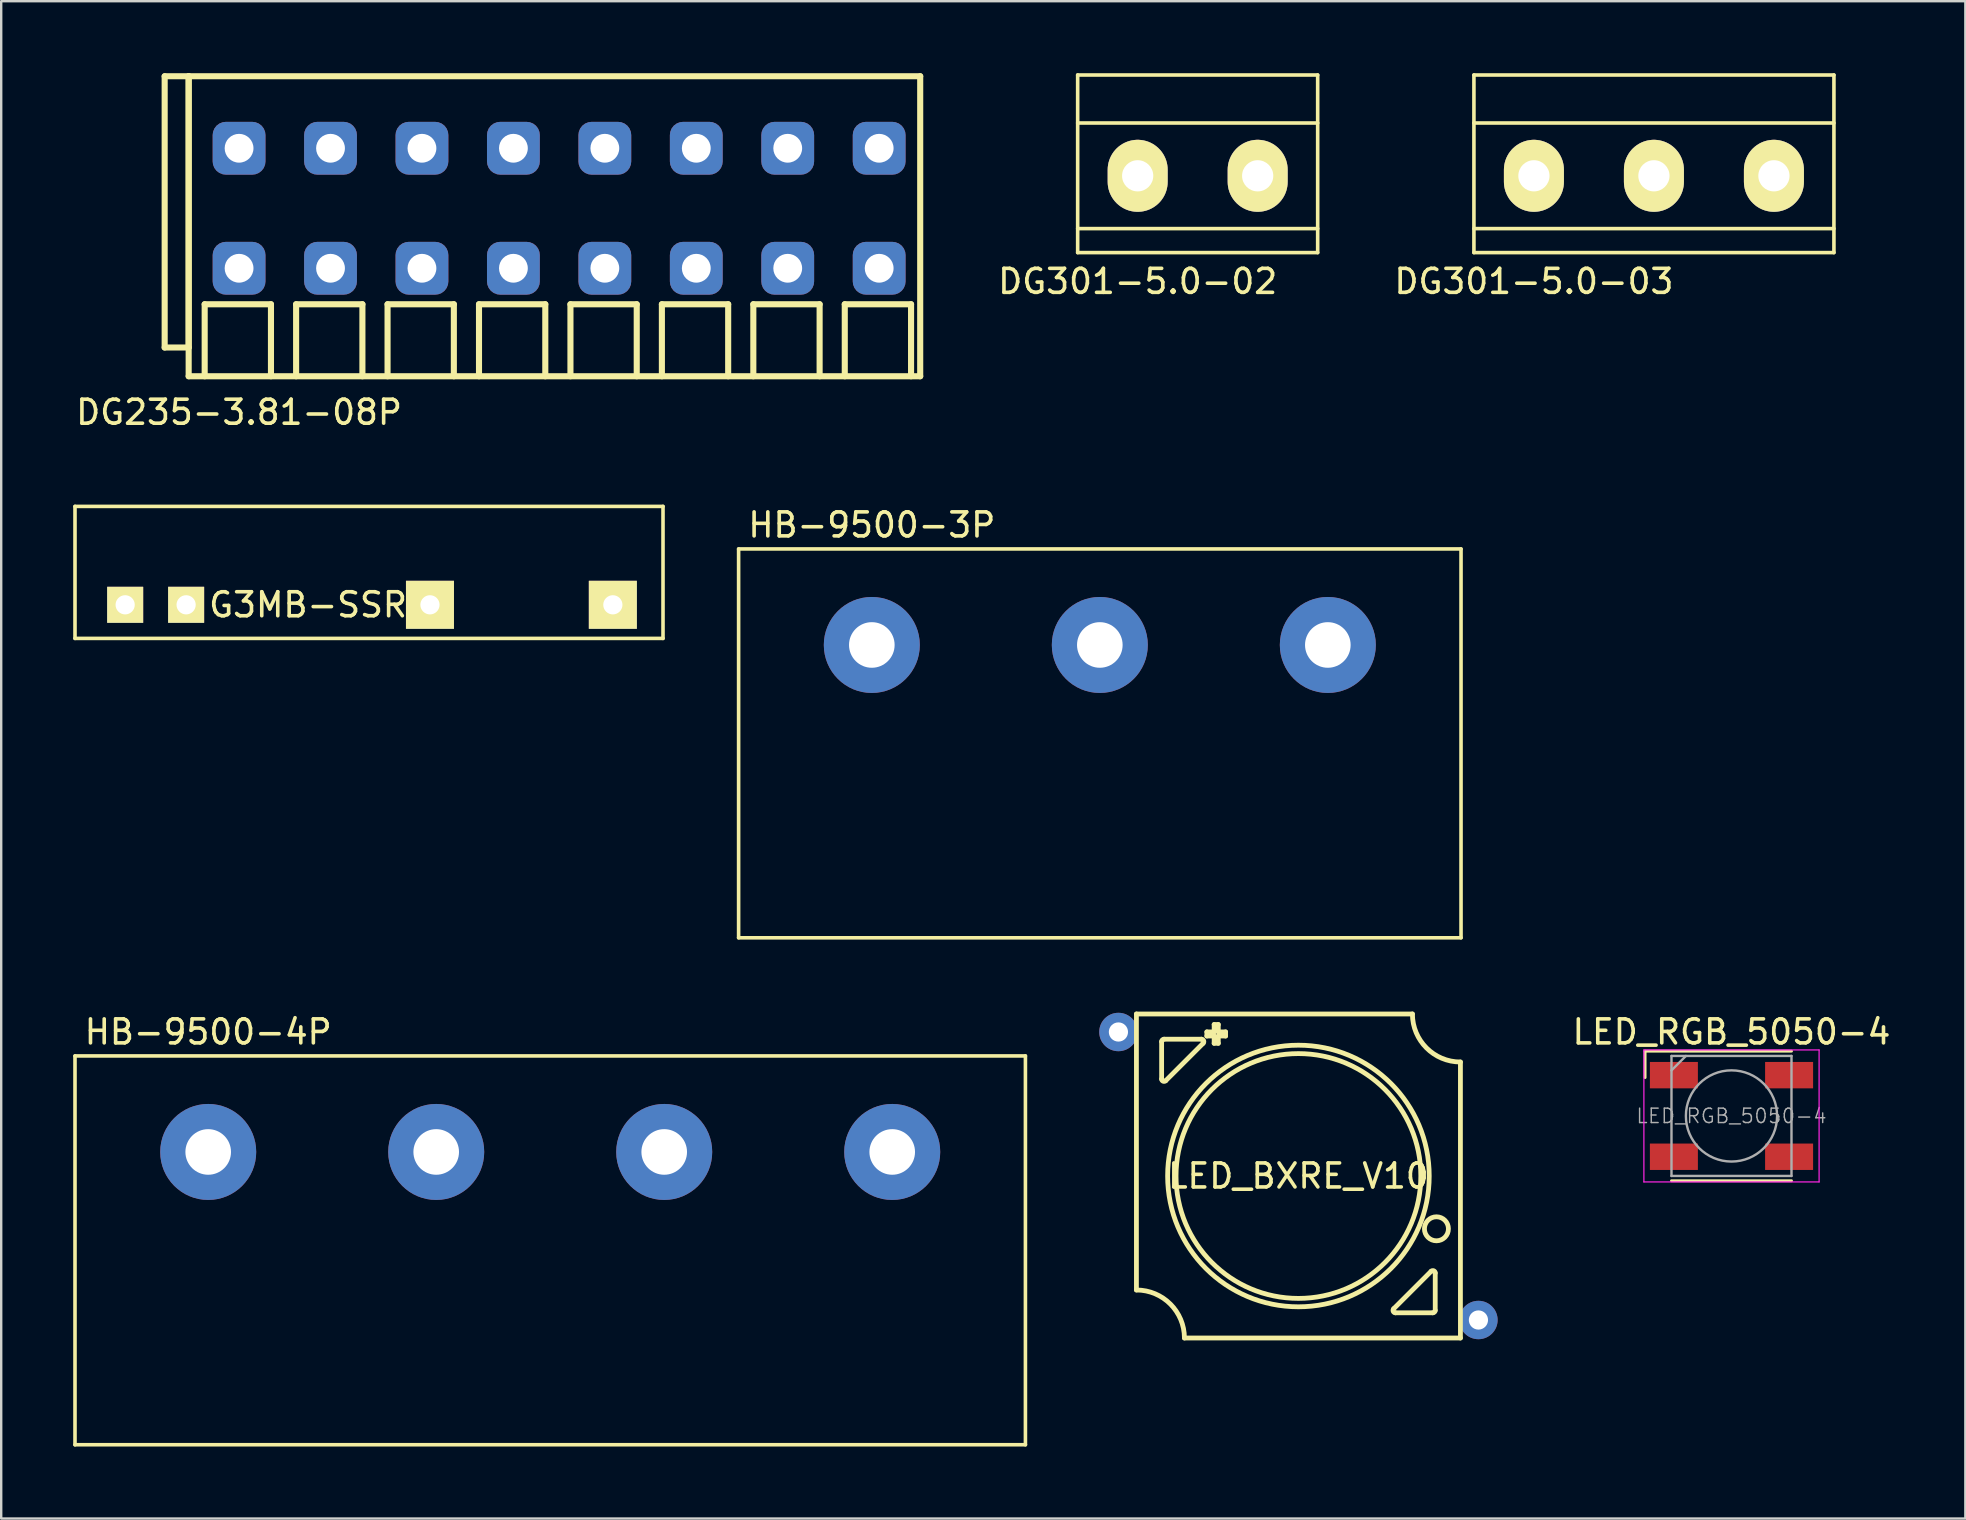
<source format=kicad_pcb>
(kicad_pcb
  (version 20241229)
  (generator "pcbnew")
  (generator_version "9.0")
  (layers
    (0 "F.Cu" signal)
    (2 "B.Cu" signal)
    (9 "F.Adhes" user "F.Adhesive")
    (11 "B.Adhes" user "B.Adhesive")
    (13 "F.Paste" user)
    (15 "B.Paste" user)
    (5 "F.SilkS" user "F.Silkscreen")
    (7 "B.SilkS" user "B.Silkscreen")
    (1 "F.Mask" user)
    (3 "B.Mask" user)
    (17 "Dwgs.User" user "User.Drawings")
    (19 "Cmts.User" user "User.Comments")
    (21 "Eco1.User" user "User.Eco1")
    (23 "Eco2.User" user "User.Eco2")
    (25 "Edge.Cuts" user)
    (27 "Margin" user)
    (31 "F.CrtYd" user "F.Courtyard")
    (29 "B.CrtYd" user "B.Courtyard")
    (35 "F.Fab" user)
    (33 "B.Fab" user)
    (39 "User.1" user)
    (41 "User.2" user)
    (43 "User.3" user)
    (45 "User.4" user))
  (footprint "LED_BXRE_V10"
    (layer "F.Cu")
    (at 51.05 45.949)
    (property "Reference" "LED_BXRE_V10" (at 0 0 0) (layer "F.SilkS") (effects (font (size 1 1) (thickness 0.15))))
    (attr through_hole)
    (fp_line (start -6.75 4.75) (end -6.75 -6.75) (stroke (width 0.2) (type solid)) (layer "F.SilkS"))
    (fp_line (start -5.7 -5.6) (end -5.7 -4.041) (stroke (width 0.2) (type solid)) (layer "F.SilkS"))
    (fp_line (start -5.529 -3.971) (end -3.971 -5.529) (stroke (width 0.2) (type solid)) (layer "F.SilkS"))
    (fp_line (start -4.041 -5.7) (end -5.6 -5.7) (stroke (width 0.2) (type solid)) (layer "F.SilkS"))
    (fp_line (start -3.815 -6.004) (end -3.815 -5.832) (stroke (width 0.2) (type solid)) (layer "F.SilkS"))
    (fp_line (start -3.815 -5.832) (end -3.511 -5.832) (stroke (width 0.2) (type solid)) (layer "F.SilkS"))
    (fp_line (start -3.511 -6.311) (end -3.511 -6.004) (stroke (width 0.2) (type solid)) (layer "F.SilkS"))
    (fp_line (start -3.511 -6.004) (end -3.815 -6.004) (stroke (width 0.2) (type solid)) (layer "F.SilkS"))
    (fp_line (start -3.511 -5.832) (end -3.511 -5.529) (stroke (width 0.2) (type solid)) (layer "F.SilkS"))
    (fp_line (start -3.511 -5.529) (end -3.339 -5.529) (stroke (width 0.2) (type solid)) (layer "F.SilkS"))
    (fp_line (start -3.339 -6.311) (end -3.511 -6.311) (stroke (width 0.2) (type solid)) (layer "F.SilkS"))
    (fp_line (start -3.339 -6.004) (end -3.339 -6.311) (stroke (width 0.2) (type solid)) (layer "F.SilkS"))
    (fp_line (start -3.339 -5.832) (end -3.035 -5.832) (stroke (width 0.2) (type solid)) (layer "F.SilkS"))
    (fp_line (start -3.339 -5.529) (end -3.339 -5.832) (stroke (width 0.2) (type solid)) (layer "F.SilkS"))
    (fp_line (start -3.035 -6.004) (end -3.339 -6.004) (stroke (width 0.2) (type solid)) (layer "F.SilkS"))
    (fp_line (start -3.035 -5.832) (end -3.035 -6.004) (stroke (width 0.2) (type solid)) (layer "F.SilkS"))
    (fp_line (start 4.041 5.7) (end 5.6 5.7) (stroke (width 0.2) (type solid)) (layer "F.SilkS"))
    (fp_line (start 4.75 -6.75) (end -6.75 -6.75) (stroke (width 0.2) (type solid)) (layer "F.SilkS"))
    (fp_line (start 5.529 3.971) (end 3.971 5.529) (stroke (width 0.2) (type solid)) (layer "F.SilkS"))
    (fp_line (start 5.7 5.6) (end 5.7 4.041) (stroke (width 0.2) (type solid)) (layer "F.SilkS"))
    (fp_line (start 6.75 6.75) (end -4.75 6.75) (stroke (width 0.2) (type solid)) (layer "F.SilkS"))
    (fp_line (start 6.75 6.75) (end 6.75 -4.75) (stroke (width 0.2) (type solid)) (layer "F.SilkS"))
    (fp_arc (start -6.75 4.75) (mid -5.335786 5.335786) (end -4.75 6.75) (stroke (width 0.2) (type solid)) (layer "F.SilkS"))
    (fp_arc (start -5.7 -5.6) (mid -5.670711 -5.670711) (end -5.6 -5.7) (stroke (width 0.2) (type solid)) (layer "F.SilkS"))
    (fp_arc (start -5.529289 -3.97071) (mid -5.638269 -3.949033) (end -5.7 -4.041421) (stroke (width 0.2) (type solid)) (layer "F.SilkS"))
    (fp_arc (start -4.04142 -5.7) (mid -3.949033 -5.638268) (end -3.970711 -5.529289) (stroke (width 0.2) (type solid)) (layer "F.SilkS"))
    (fp_arc (start 4.04142 5.7) (mid 3.949033 5.638268) (end 3.970711 5.529289) (stroke (width 0.2) (type solid)) (layer "F.SilkS"))
    (fp_arc (start 5.529289 3.97071) (mid 5.638269 3.949033) (end 5.7 4.041421) (stroke (width 0.2) (type solid)) (layer "F.SilkS"))
    (fp_arc (start 5.7 5.6) (mid 5.670711 5.670711) (end 5.6 5.7) (stroke (width 0.2) (type solid)) (layer "F.SilkS"))
    (fp_arc (start 6.75 -4.75) (mid 5.335786 -5.335786) (end 4.75 -6.75) (stroke (width 0.2) (type solid)) (layer "F.SilkS"))
    (fp_circle (center 0 0) (end 5.1 0) (stroke (width 0.2) (type solid)) (fill no) (layer "F.SilkS"))
    (fp_circle (center 0 0) (end 5.45 0) (stroke (width 0.2) (type solid)) (fill no) (layer "F.SilkS"))
    (fp_circle (center 5.75 2.2) (end 6.25 2.2) (stroke (width 0.2) (type solid)) (fill no) (layer "F.SilkS"))
    (pad "1" thru_hole circle (at 7.5 6) (size 1.6 1.6) (drill 0.8) (layers "*.Cu" "*.Mask"))
    (pad "2" thru_hole circle (at -7.5 -6) (size 1.6 1.6) (drill 0.8) (layers "*.Cu" "*.Mask")))
  (footprint "DG301-5.0-03"
    (layer "F.Cu")
    (at 60.862 4.275)
    (property "Reference" "DG301-5.0-03" (at 0 4.4 0) (layer "F.SilkS") (effects (font (size 1 1) (thickness 0.15))))
    (attr through_hole)
    (fp_line (start -2.5 -4.2) (end 12.5 -4.2) (stroke (width 0.15) (type solid)) (layer "F.SilkS"))
    (fp_line (start -2.5 -2.2) (end 12.5 -2.2) (stroke (width 0.15) (type solid)) (layer "F.SilkS"))
    (fp_line (start -2.5 2.2) (end 12.5 2.2) (stroke (width 0.15) (type solid)) (layer "F.SilkS"))
    (fp_line (start -2.5 3.2) (end -2.5 -4.2) (stroke (width 0.15) (type solid)) (layer "F.SilkS"))
    (fp_line (start 12.5 -4.2) (end 12.5 3.2) (stroke (width 0.15) (type solid)) (layer "F.SilkS"))
    (fp_line (start 12.5 3.2) (end -2.5 3.2) (stroke (width 0.15) (type solid)) (layer "F.SilkS"))
    (pad "1" thru_hole oval (at 0 0) (size 2.5 3) (drill 1.3) (layers "*.Cu" "*.Mask" "F.SilkS"))
    (pad "2" thru_hole oval (at 5 0) (size 2.5 3) (drill 1.3) (layers "*.Cu" "*.Mask" "F.SilkS"))
    (pad "3" thru_hole oval (at 10 0) (size 2.5 3) (drill 1.3) (layers "*.Cu" "*.Mask" "F.SilkS")))
  (footprint "HB-9500-3P"
    (layer "F.Cu")
    (at 33.275 23.823)
    (property "Reference" "HB-9500-3P" (at 0 -5 0) (layer "F.SilkS") (effects (font (size 1 1) (thickness 0.15))))
    (attr through_hole)
    (fp_line (start -5.55 -4) (end -5.55 12.2) (stroke (width 0.15) (type solid)) (layer "F.SilkS"))
    (fp_line (start -5.55 -4) (end 24.55 -4) (stroke (width 0.15) (type solid)) (layer "F.SilkS"))
    (fp_line (start -5.55 12.2) (end 24.55 12.2) (stroke (width 0.15) (type solid)) (layer "F.SilkS"))
    (fp_line (start 24.55 -4) (end 24.55 12.2) (stroke (width 0.15) (type solid)) (layer "F.SilkS"))
    (pad "1" thru_hole circle (at 0 0) (size 4 4) (drill 1.9) (layers "*.Cu" "*.Mask"))
    (pad "2" thru_hole circle (at 9.5 0) (size 4 4) (drill 1.9) (layers "*.Cu" "*.Mask"))
    (pad "3" thru_hole circle (at 19 0) (size 4 4) (drill 1.9) (layers "*.Cu" "*.Mask")))
  (footprint "DG301-5.0-02"
    (layer "F.Cu")
    (at 44.352 4.275)
    (property "Reference" "DG301-5.0-02" (at 0 4.4 0) (layer "F.SilkS") (effects (font (size 1 1) (thickness 0.15))))
    (attr through_hole)
    (fp_line (start -2.5 -4.2) (end 7.5 -4.2) (stroke (width 0.15) (type solid)) (layer "F.SilkS"))
    (fp_line (start -2.5 -2.2) (end 7.5 -2.2) (stroke (width 0.15) (type solid)) (layer "F.SilkS"))
    (fp_line (start -2.5 2.2) (end 7.5 2.2) (stroke (width 0.15) (type solid)) (layer "F.SilkS"))
    (fp_line (start -2.5 3.2) (end -2.5 -4.2) (stroke (width 0.15) (type solid)) (layer "F.SilkS"))
    (fp_line (start 7.5 -4.2) (end 7.5 3.2) (stroke (width 0.15) (type solid)) (layer "F.SilkS"))
    (fp_line (start 7.5 3.2) (end -2.5 3.2) (stroke (width 0.15) (type solid)) (layer "F.SilkS"))
    (pad "1" thru_hole oval (at 0 0) (size 2.5 3) (drill 1.3) (layers "*.Cu" "*.Mask" "F.SilkS"))
    (pad "2" thru_hole oval (at 5 0) (size 2.5 3) (drill 1.3) (layers "*.Cu" "*.Mask" "F.SilkS")))
  (footprint "G3MB-SSR"
    (layer "F.Cu")
    (at 12.325 22.15)
    (property "Reference" "G3MB-SSR" (at -2.54 0 0) (layer "F.SilkS") (effects (font (size 1 1) (thickness 0.15))))
    (attr through_hole)
    (fp_line (start -12.25 -4.1) (end -12.25 1.4) (stroke (width 0.15) (type solid)) (layer "F.SilkS"))
    (fp_line (start -12.25 1.4) (end 12.25 1.4) (stroke (width 0.15) (type solid)) (layer "F.SilkS"))
    (fp_line (start 12.25 -4.1) (end -12.25 -4.1) (stroke (width 0.15) (type solid)) (layer "F.SilkS"))
    (fp_line (start 12.25 1.4) (end 12.25 -4.1) (stroke (width 0.15) (type solid)) (layer "F.SilkS"))
    (pad "1" thru_hole rect (at 10.16 0) (size 2 2) (drill 0.8) (layers "*.Cu" "*.Mask" "F.SilkS"))
    (pad "2" thru_hole rect (at 2.54 0) (size 2 2) (drill 0.8) (layers "*.Cu" "*.Mask" "F.SilkS"))
    (pad "3" thru_hole rect (at -7.62 0) (size 1.5 1.5) (drill 0.8) (layers "*.Cu" "*.Mask" "F.SilkS"))
    (pad "4" thru_hole rect (at -10.16 0) (size 1.5 1.5) (drill 0.8) (layers "*.Cu" "*.Mask" "F.SilkS")))
  (footprint "LED_RGB_5050-4"
    (layer "F.Cu")
    (at 69.094 43.447)
    (property "Reference" "LED_RGB_5050-4" (at 0 -3.5 180) (layer "F.SilkS") (effects (font (size 1 1) (thickness 0.15))))
    (attr smd)
    (fp_line (start -3.6 -2.7) (end 2.5 -2.7) (stroke (width 0.12) (type solid)) (layer "F.SilkS"))
    (fp_line (start -3.6 -1.6) (end -3.6 -2.7) (stroke (width 0.12) (type solid)) (layer "F.SilkS"))
    (fp_line (start 2.5 2.7) (end -2.5 2.7) (stroke (width 0.12) (type solid)) (layer "F.SilkS"))
    (fp_line (start -3.65 -2.75) (end -3.65 2.75) (stroke (width 0.05) (type solid)) (layer "F.CrtYd"))
    (fp_line (start -3.65 2.75) (end 3.65 2.75) (stroke (width 0.05) (type solid)) (layer "F.CrtYd"))
    (fp_line (start 3.65 -2.75) (end -3.65 -2.75) (stroke (width 0.05) (type solid)) (layer "F.CrtYd"))
    (fp_line (start 3.65 2.75) (end 3.65 -2.75) (stroke (width 0.05) (type solid)) (layer "F.CrtYd"))
    (fp_line (start -2.5 -2.5) (end -2.5 2.5) (stroke (width 0.1) (type solid)) (layer "F.Fab"))
    (fp_line (start -2.5 -1.9) (end -1.9 -2.5) (stroke (width 0.1) (type solid)) (layer "F.Fab"))
    (fp_line (start -2.5 2.5) (end 2.5 2.5) (stroke (width 0.1) (type solid)) (layer "F.Fab"))
    (fp_line (start 2.5 -2.5) (end -2.5 -2.5) (stroke (width 0.1) (type solid)) (layer "F.Fab"))
    (fp_line (start 2.5 2.5) (end 2.5 -2.5) (stroke (width 0.1) (type solid)) (layer "F.Fab"))
    (fp_circle (center 0 0) (end 0 -1.9) (stroke (width 0.1) (type solid)) (fill no) (layer "F.Fab"))
    (fp_text user "${REFERENCE}" (at 0 0 0) (layer "F.Fab") (effects (font (size 0.6 0.6) (thickness 0.06))))
    (pad "1" smd rect (at 2.4 1.7 90) (size 1.1 2) (layers "F.Cu" "F.Mask" "F.Paste"))
    (pad "2" smd rect (at 2.4 -1.7 90) (size 1.1 2) (layers "F.Cu" "F.Mask" "F.Paste"))
    (pad "3" smd rect (at -2.4 -1.7 90) (size 1.1 2) (layers "F.Cu" "F.Mask" "F.Paste"))
    (pad "4" smd rect (at -2.4 1.7 90) (size 1.1 2) (layers "F.Cu" "F.Mask" "F.Paste")))
  (footprint "HB-9500-4P"
    (layer "F.Cu")
    (at 5.625 44.947)
    (property "Reference" "HB-9500-4P" (at 0 -5 0) (layer "F.SilkS") (effects (font (size 1 1) (thickness 0.15))))
    (attr through_hole)
    (fp_line (start -5.55 -4) (end -5.55 12.2) (stroke (width 0.15) (type solid)) (layer "F.SilkS"))
    (fp_line (start -5.55 -4) (end 34.05 -4) (stroke (width 0.15) (type solid)) (layer "F.SilkS"))
    (fp_line (start -5.55 12.2) (end 34.05 12.2) (stroke (width 0.15) (type solid)) (layer "F.SilkS"))
    (fp_line (start 34.05 -4) (end 34.05 12.2) (stroke (width 0.15) (type solid)) (layer "F.SilkS"))
    (pad "1" thru_hole circle (at 0 0) (size 4 4) (drill 1.9) (layers "*.Cu" "*.Mask"))
    (pad "2" thru_hole circle (at 9.5 0) (size 4 4) (drill 1.9) (layers "*.Cu" "*.Mask"))
    (pad "3" thru_hole circle (at 19 0) (size 4 4) (drill 1.9) (layers "*.Cu" "*.Mask"))
    (pad "4" thru_hole circle (at 28.5 0) (size 4 4) (drill 1.9) (layers "*.Cu" "*.Mask")))
  (footprint "DG235-3.81-08P"
    (layer "F.Cu")
    (at 6.911 3.127)
    (property "Reference" "DG235-3.81-08P" (at 0 11 0) (layer "F.SilkS") (effects (font (size 1 1) (thickness 0.15))))
    (attr through_hole)
    (fp_line (start -3.1 -3) (end -3.1 8.302) (stroke (width 0.254) (type solid)) (layer "F.SilkS"))
    (fp_line (start -3.1 -3) (end -2.1 -3) (stroke (width 0.254) (type solid)) (layer "F.SilkS"))
    (fp_line (start -3.1 8.302) (end -2.1 8.302) (stroke (width 0.254) (type solid)) (layer "F.SilkS"))
    (fp_line (start -2.1 -3) (end -2.1 8.302) (stroke (width 0.254) (type solid)) (layer "F.SilkS"))
    (fp_line (start -2.1 -3) (end -2.1 9.5) (stroke (width 0.254) (type solid)) (layer "F.SilkS"))
    (fp_line (start -2.1 -3) (end 28.38 -3) (stroke (width 0.254) (type solid)) (layer "F.SilkS"))
    (fp_line (start -2.1 9.5) (end 28.38 9.5) (stroke (width 0.254) (type solid)) (layer "F.SilkS"))
    (fp_line (start -1.433 9.5) (end -1.433 6.5) (stroke (width 0.254) (type solid)) (layer "F.SilkS"))
    (fp_line (start 1.329 6.5) (end -1.433 6.5) (stroke (width 0.254) (type solid)) (layer "F.SilkS"))
    (fp_line (start 1.329 9.5) (end 1.329 6.5) (stroke (width 0.254) (type solid)) (layer "F.SilkS"))
    (fp_line (start 2.377 9.5) (end 2.377 6.5) (stroke (width 0.254) (type solid)) (layer "F.SilkS"))
    (fp_line (start 5.139 6.5) (end 2.377 6.5) (stroke (width 0.254) (type solid)) (layer "F.SilkS"))
    (fp_line (start 5.139 9.5) (end 5.139 6.5) (stroke (width 0.254) (type solid)) (layer "F.SilkS"))
    (fp_line (start 6.187 9.5) (end 6.187 6.5) (stroke (width 0.254) (type solid)) (layer "F.SilkS"))
    (fp_line (start 8.949 6.5) (end 6.187 6.5) (stroke (width 0.254) (type solid)) (layer "F.SilkS"))
    (fp_line (start 8.949 9.5) (end 8.949 6.5) (stroke (width 0.254) (type solid)) (layer "F.SilkS"))
    (fp_line (start 9.997 9.5) (end 9.997 6.5) (stroke (width 0.254) (type solid)) (layer "F.SilkS"))
    (fp_line (start 12.759 6.5) (end 9.997 6.5) (stroke (width 0.254) (type solid)) (layer "F.SilkS"))
    (fp_line (start 12.759 9.5) (end 12.759 6.5) (stroke (width 0.254) (type solid)) (layer "F.SilkS"))
    (fp_line (start 13.807 9.5) (end 13.807 6.5) (stroke (width 0.254) (type solid)) (layer "F.SilkS"))
    (fp_line (start 16.569 6.5) (end 13.807 6.5) (stroke (width 0.254) (type solid)) (layer "F.SilkS"))
    (fp_line (start 16.569 9.5) (end 16.569 6.5) (stroke (width 0.254) (type solid)) (layer "F.SilkS"))
    (fp_line (start 17.617 9.5) (end 17.617 6.5) (stroke (width 0.254) (type solid)) (layer "F.SilkS"))
    (fp_line (start 20.379 6.5) (end 17.617 6.5) (stroke (width 0.254) (type solid)) (layer "F.SilkS"))
    (fp_line (start 20.379 9.5) (end 20.379 6.5) (stroke (width 0.254) (type solid)) (layer "F.SilkS"))
    (fp_line (start 21.427 9.5) (end 21.427 6.5) (stroke (width 0.254) (type solid)) (layer "F.SilkS"))
    (fp_line (start 24.189 6.5) (end 21.427 6.5) (stroke (width 0.254) (type solid)) (layer "F.SilkS"))
    (fp_line (start 24.189 9.5) (end 24.189 6.5) (stroke (width 0.254) (type solid)) (layer "F.SilkS"))
    (fp_line (start 25.237 9.5) (end 25.237 6.5) (stroke (width 0.254) (type solid)) (layer "F.SilkS"))
    (fp_line (start 27.999 6.5) (end 25.237 6.5) (stroke (width 0.254) (type solid)) (layer "F.SilkS"))
    (fp_line (start 27.999 9.5) (end 27.999 6.5) (stroke (width 0.254) (type solid)) (layer "F.SilkS"))
    (fp_line (start 28.38 -3) (end 28.38 9.5) (stroke (width 0.254) (type solid)) (layer "F.SilkS"))
    (pad "1" thru_hole roundrect (at 0 0) (size 2.2 2.2) (drill 1.2) (layers "*.Cu" "*.Mask") (roundrect_rratio 0.25))
    (pad "1" thru_hole roundrect (at 0 5) (size 2.2 2.2) (drill 1.2) (layers "*.Cu" "*.Mask") (roundrect_rratio 0.25))
    (pad "2" thru_hole roundrect (at 3.81 0) (size 2.2 2.2) (drill 1.2) (layers "*.Cu" "*.Mask") (roundrect_rratio 0.25))
    (pad "2" thru_hole roundrect (at 3.81 5) (size 2.2 2.2) (drill 1.2) (layers "*.Cu" "*.Mask") (roundrect_rratio 0.25))
    (pad "3" thru_hole roundrect (at 7.62 0) (size 2.2 2.2) (drill 1.2) (layers "*.Cu" "*.Mask") (roundrect_rratio 0.25))
    (pad "3" thru_hole roundrect (at 7.62 5) (size 2.2 2.2) (drill 1.2) (layers "*.Cu" "*.Mask") (roundrect_rratio 0.25))
    (pad "4" thru_hole roundrect (at 11.43 0) (size 2.2 2.2) (drill 1.2) (layers "*.Cu" "*.Mask") (roundrect_rratio 0.25))
    (pad "4" thru_hole roundrect (at 11.43 5) (size 2.2 2.2) (drill 1.2) (layers "*.Cu" "*.Mask") (roundrect_rratio 0.25))
    (pad "5" thru_hole roundrect (at 15.24 0) (size 2.2 2.2) (drill 1.2) (layers "*.Cu" "*.Mask") (roundrect_rratio 0.25))
    (pad "5" thru_hole roundrect (at 15.24 5) (size 2.2 2.2) (drill 1.2) (layers "*.Cu" "*.Mask") (roundrect_rratio 0.25))
    (pad "6" thru_hole roundrect (at 19.05 0) (size 2.2 2.2) (drill 1.2) (layers "*.Cu" "*.Mask") (roundrect_rratio 0.25))
    (pad "6" thru_hole roundrect (at 19.05 5) (size 2.2 2.2) (drill 1.2) (layers "*.Cu" "*.Mask") (roundrect_rratio 0.25))
    (pad "7" thru_hole roundrect (at 22.86 0) (size 2.2 2.2) (drill 1.2) (layers "*.Cu" "*.Mask") (roundrect_rratio 0.25))
    (pad "7" thru_hole roundrect (at 22.86 5) (size 2.2 2.2) (drill 1.2) (layers "*.Cu" "*.Mask") (roundrect_rratio 0.25))
    (pad "8" thru_hole roundrect (at 26.67 0) (size 2.2 2.2) (drill 1.2) (layers "*.Cu" "*.Mask") (roundrect_rratio 0.25))
    (pad "8" thru_hole roundrect (at 26.67 5) (size 2.2 2.2) (drill 1.2) (layers "*.Cu" "*.Mask") (roundrect_rratio 0.25)))
  (gr_rect
    (start -3 -3)
    (end 78.838 60.222)
    (stroke (width 0.1) (type default))
    (fill no)
    (layer "Edge.Cuts")))
</source>
